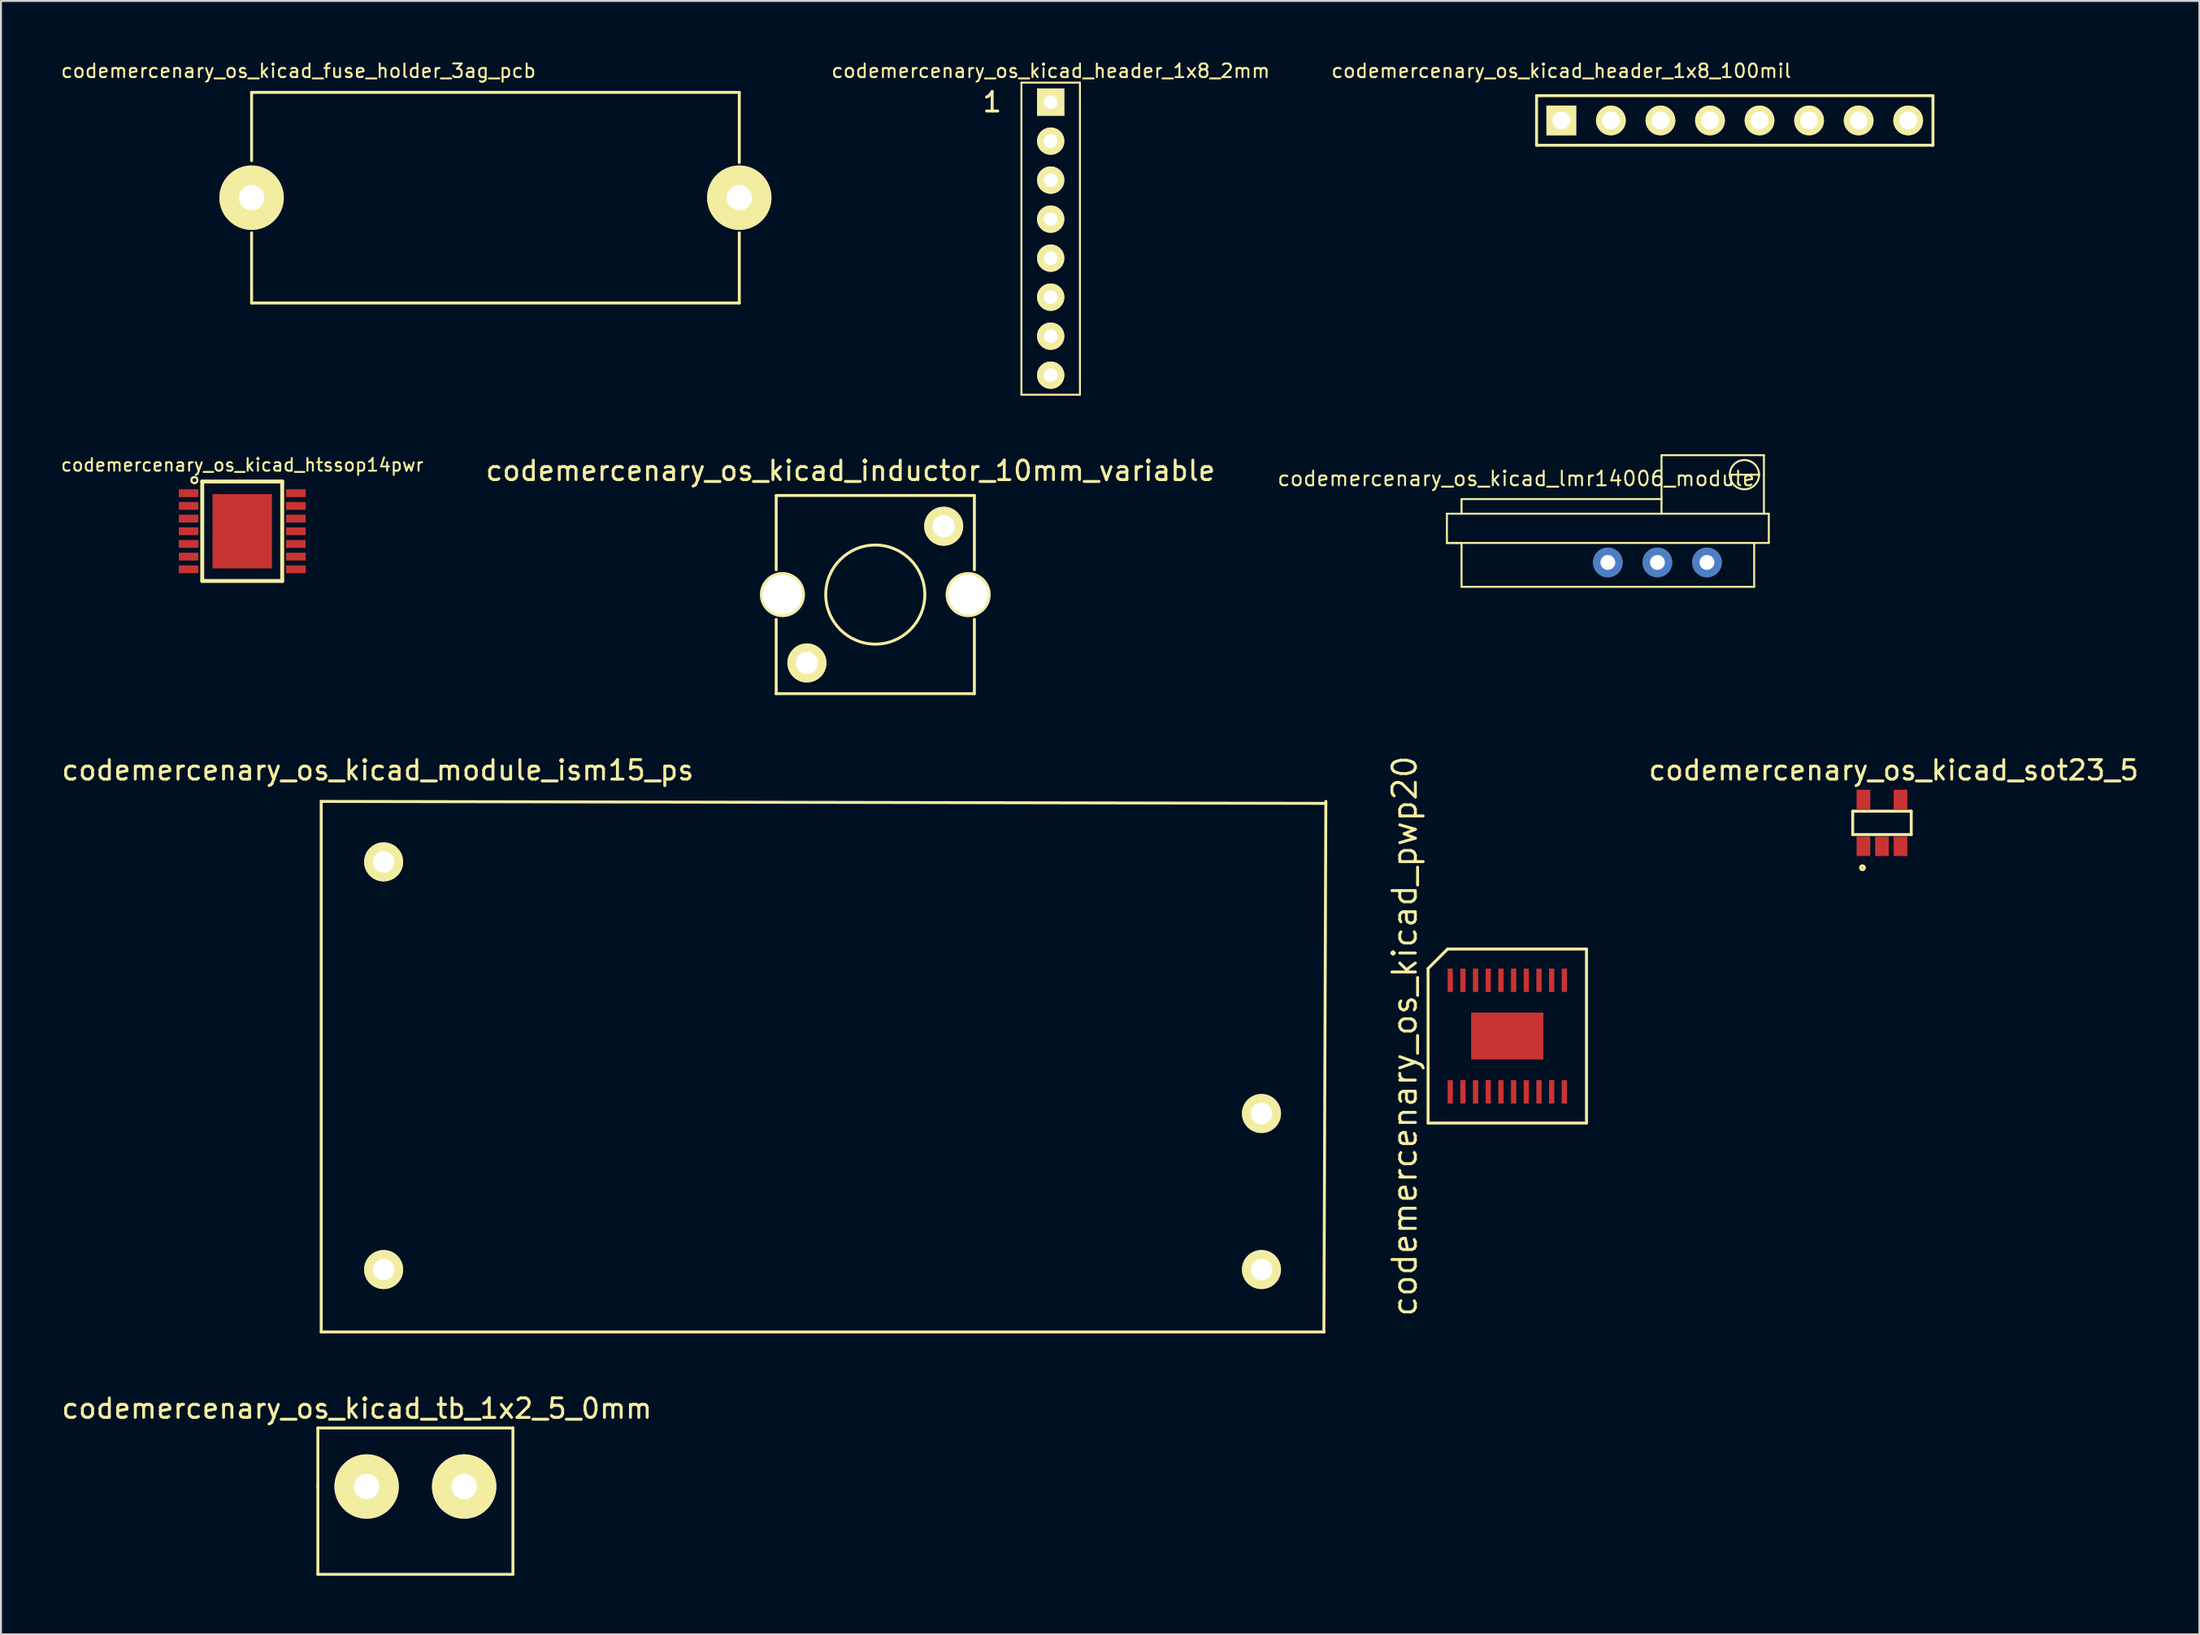
<source format=kicad_pcb>
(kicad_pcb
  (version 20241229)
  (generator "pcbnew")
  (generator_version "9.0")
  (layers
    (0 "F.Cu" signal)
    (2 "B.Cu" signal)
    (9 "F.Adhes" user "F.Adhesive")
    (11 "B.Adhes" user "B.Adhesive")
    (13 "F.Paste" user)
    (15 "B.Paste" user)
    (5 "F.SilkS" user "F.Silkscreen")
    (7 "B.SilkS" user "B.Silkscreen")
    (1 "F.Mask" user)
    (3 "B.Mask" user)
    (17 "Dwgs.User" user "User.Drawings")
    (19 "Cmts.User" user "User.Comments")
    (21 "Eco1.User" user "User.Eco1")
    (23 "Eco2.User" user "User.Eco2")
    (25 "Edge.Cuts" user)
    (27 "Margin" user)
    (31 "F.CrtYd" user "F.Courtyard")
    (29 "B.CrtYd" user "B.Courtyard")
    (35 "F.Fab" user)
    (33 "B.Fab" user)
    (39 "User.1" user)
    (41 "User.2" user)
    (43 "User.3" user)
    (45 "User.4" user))
  (footprint "codemercenary_os_kicad_tb_1x2_5_0mm"
    (layer "F.Cu")
    (at 15.744 73.16)
    (property "Reference" "codemercenary_os_kicad_tb_1x2_5_0mm" (at -0.5 -4 0) (layer "F.SilkS") (effects (font (size 1 1) (thickness 0.15))))
    (attr through_hole)
    (fp_line (start -2.5 -3) (end -2.5 0) (stroke (width 0.15) (type solid)) (layer "F.SilkS"))
    (fp_line (start -2.5 0) (end -2.5 4.5) (stroke (width 0.15) (type solid)) (layer "F.SilkS"))
    (fp_line (start -2.5 4.5) (end 7.5 4.5) (stroke (width 0.15) (type solid)) (layer "F.SilkS"))
    (fp_line (start 7.5 -3) (end -2.5 -3) (stroke (width 0.15) (type solid)) (layer "F.SilkS"))
    (fp_line (start 7.5 4.5) (end 7.5 -3) (stroke (width 0.15) (type solid)) (layer "F.SilkS"))
    (pad "1" thru_hole circle (at 0 0) (size 3.3 3.3) (drill 1.3) (layers "*.Cu" "*.Mask" "F.SilkS"))
    (pad "2" thru_hole circle (at 5 0) (size 3.3 3.3) (drill 1.3) (layers "*.Cu" "*.Mask" "F.SilkS")))
  (footprint "codemercenary_os_kicad_htssop14pwr"
    (layer "F.Cu")
    (at 9.367 24.186)
    (property "Reference" "codemercenary_os_kicad_htssop14pwr" (at 0 -3.4 0) (layer "F.SilkS") (effects (font (size 0.65 0.65) (thickness 0.098))))
    (attr smd)
    (fp_line (start -2.05 -2.55) (end 2.05 -2.55) (stroke (width 0.2) (type solid)) (layer "F.SilkS"))
    (fp_line (start -2.05 2.55) (end -2.05 -2.55) (stroke (width 0.2) (type solid)) (layer "F.SilkS"))
    (fp_line (start 2.05 -2.55) (end 2.05 2.55) (stroke (width 0.2) (type solid)) (layer "F.SilkS"))
    (fp_line (start 2.05 2.55) (end -2.05 2.55) (stroke (width 0.2) (type solid)) (layer "F.SilkS"))
    (fp_text user "○" (at -2.45 -2.65 0) (layer "F.SilkS") (effects (font (size 0.4 0.4) (thickness 0.1))))
    (pad "1" smd rect (at -2.75 -1.95) (size 1 0.4) (layers "F.Cu" "F.Mask" "F.Paste"))
    (pad "2" smd rect (at -2.75 -1.3) (size 1 0.4) (layers "F.Cu" "F.Mask" "F.Paste"))
    (pad "3" smd rect (at -2.75 -0.65) (size 1 0.4) (layers "F.Cu" "F.Mask" "F.Paste"))
    (pad "4" smd rect (at -2.75 0) (size 1 0.4) (layers "F.Cu" "F.Mask" "F.Paste"))
    (pad "5" smd rect (at -2.75 0.65) (size 1 0.4) (layers "F.Cu" "F.Mask" "F.Paste"))
    (pad "6" smd rect (at -2.75 1.3) (size 1 0.4) (layers "F.Cu" "F.Mask" "F.Paste"))
    (pad "7" smd rect (at -2.75 1.95) (size 1 0.4) (layers "F.Cu" "F.Mask" "F.Paste"))
    (pad "8" smd rect (at 2.75 1.95) (size 1 0.4) (layers "F.Cu" "F.Mask" "F.Paste"))
    (pad "9" smd rect (at 2.75 1.3) (size 1 0.4) (layers "F.Cu" "F.Mask" "F.Paste"))
    (pad "10" smd rect (at 2.75 0.65) (size 1 0.4) (layers "F.Cu" "F.Mask" "F.Paste"))
    (pad "11" smd rect (at 2.75 0) (size 1 0.4) (layers "F.Cu" "F.Mask" "F.Paste"))
    (pad "12" smd rect (at 2.75 -0.65) (size 1 0.4) (layers "F.Cu" "F.Mask" "F.Paste"))
    (pad "13" smd rect (at 2.75 -1.3) (size 1 0.4) (layers "F.Cu" "F.Mask" "F.Paste"))
    (pad "14" smd rect (at 2.75 -1.95) (size 1 0.4) (layers "F.Cu" "F.Mask" "F.Paste"))
    (pad "15" smd rect (at 0 0) (size 3.048 3.81) (layers "F.Cu" "F.Mask" "F.Paste")))
  (footprint "codemercenary_os_kicad_header_1x8_100mil"
    (layer "F.Cu")
    (at 76.987 3.125)
    (property "Reference" "codemercenary_os_kicad_header_1x8_100mil" (at 0 -2.54 0) (layer "F.SilkS") (effects (font (size 0.7 0.7) (thickness 0.1))))
    (attr through_hole)
    (fp_line (start -1.27 1.27) (end -1.27 -1.27) (stroke (width 0.15) (type solid)) (layer "F.SilkS"))
    (fp_line (start -1.27 1.27) (end 19.05 1.27) (stroke (width 0.15) (type solid)) (layer "F.SilkS"))
    (fp_line (start 19.05 -1.27) (end -1.27 -1.27) (stroke (width 0.15) (type solid)) (layer "F.SilkS"))
    (fp_line (start 19.05 -1.27) (end 19.05 1.27) (stroke (width 0.15) (type solid)) (layer "F.SilkS"))
    (pad "1" thru_hole rect (at 0 0) (size 1.524 1.524) (drill 0.914) (layers "*.Cu" "*.Mask" "F.SilkS"))
    (pad "2" thru_hole circle (at 2.54 0) (size 1.524 1.524) (drill 0.914) (layers "*.Cu" "*.Mask" "F.SilkS"))
    (pad "3" thru_hole circle (at 5.08 0) (size 1.524 1.524) (drill 0.914) (layers "*.Cu" "*.Mask" "F.SilkS"))
    (pad "4" thru_hole circle (at 7.62 0) (size 1.524 1.524) (drill 0.914) (layers "*.Cu" "*.Mask" "F.SilkS"))
    (pad "5" thru_hole circle (at 10.16 0) (size 1.524 1.524) (drill 0.914) (layers "*.Cu" "*.Mask" "F.SilkS"))
    (pad "6" thru_hole circle (at 12.7 0) (size 1.524 1.524) (drill 0.914) (layers "*.Cu" "*.Mask" "F.SilkS"))
    (pad "7" thru_hole circle (at 15.24 0) (size 1.524 1.524) (drill 0.914) (layers "*.Cu" "*.Mask" "F.SilkS"))
    (pad "8" thru_hole circle (at 17.78 0) (size 1.524 1.524) (drill 0.914) (layers "*.Cu" "*.Mask" "F.SilkS")))
  (footprint "codemercenary_os_kicad_module_ism15_ps"
    (layer "F.Cu")
    (at 16.615 41.236)
    (property "Reference" "codemercenary_os_kicad_module_ism15_ps" (at -0.3 -4.8 0) (layer "F.SilkS") (effects (font (size 1 1) (thickness 0.15))))
    (attr through_hole)
    (fp_line (start -3.2 -3.2) (end -3.2 24) (stroke (width 0.15) (type solid)) (layer "F.SilkS"))
    (fp_line (start -3.2 -3.2) (end 48.3 -3.1) (stroke (width 0.15) (type solid)) (layer "F.SilkS"))
    (fp_line (start -3.2 24) (end 48.2 24) (stroke (width 0.15) (type solid)) (layer "F.SilkS"))
    (fp_line (start 48.2 24) (end 48.3 -3.2) (stroke (width 0.15) (type solid)) (layer "F.SilkS"))
    (pad "1" thru_hole circle (at 0 20.8) (size 2 2) (drill 1.1) (layers "*.Cu" "*.Mask" "F.SilkS"))
    (pad "2" thru_hole circle (at 0 -0.1) (size 2 2) (drill 1.1) (layers "*.Cu" "*.Mask" "F.SilkS"))
    (pad "3" thru_hole circle (at 45 20.8) (size 2 2) (drill 1.1) (layers "*.Cu" "*.Mask" "F.SilkS"))
    (pad "4" thru_hole circle (at 45 12.8) (size 2 2) (drill 1.1) (layers "*.Cu" "*.Mask" "F.SilkS")))
  (footprint "codemercenary_os_kicad_sot23_5"
    (layer "F.Cu")
    (at 93.423 37.937)
    (property "Reference" "codemercenary_os_kicad_sot23_5" (at 0.6 -1.5 0) (layer "F.SilkS") (effects (font (size 1 1) (thickness 0.15))))
    (attr through_hole)
    (fp_line (start -1.5 0.6) (end 1.5 0.6) (stroke (width 0.15) (type solid)) (layer "F.SilkS"))
    (fp_line (start -1.5 1.8) (end -1.5 0.6) (stroke (width 0.15) (type solid)) (layer "F.SilkS"))
    (fp_line (start 1.5 0.6) (end 1.5 1.8) (stroke (width 0.15) (type solid)) (layer "F.SilkS"))
    (fp_line (start 1.5 1.8) (end -1.5 1.8) (stroke (width 0.15) (type solid)) (layer "F.SilkS"))
    (fp_circle (center -1 3.5) (end -0.9 3.5) (stroke (width 0.15) (type solid)) (fill no) (layer "F.SilkS"))
    (pad "1" smd rect (at -0.95 2.4) (size 0.7 1) (layers "F.Cu" "F.Mask" "F.Paste"))
    (pad "2" smd rect (at 0 2.4) (size 0.7 1) (layers "F.Cu" "F.Mask" "F.Paste"))
    (pad "3" smd rect (at 0.95 2.4) (size 0.7 1) (layers "F.Cu" "F.Mask" "F.Paste"))
    (pad "4" smd rect (at 0.95 0) (size 0.7 1) (layers "F.Cu" "F.Mask" "F.Paste"))
    (pad "6" smd rect (at -0.95 0) (size 0.7 1) (layers "F.Cu" "F.Mask" "F.Paste")))
  (footprint "codemercenary_os_kicad_inductor_10mm_variable"
    (layer "F.Cu")
    (at 41.819 27.433)
    (property "Reference" "codemercenary_os_kicad_inductor_10mm_variable" (at -1.27 -6.35 0) (layer "F.SilkS") (effects (font (size 1 1) (thickness 0.15))))
    (attr through_hole)
    (fp_line (start -5.08 -5.08) (end 5.08 -5.08) (stroke (width 0.15) (type solid)) (layer "F.SilkS"))
    (fp_line (start -5.08 -1.27) (end -5.08 -5.08) (stroke (width 0.15) (type solid)) (layer "F.SilkS"))
    (fp_line (start -5.08 5.08) (end -5.08 1.27) (stroke (width 0.15) (type solid)) (layer "F.SilkS"))
    (fp_line (start 5.08 -5.08) (end 5.08 -1.27) (stroke (width 0.15) (type solid)) (layer "F.SilkS"))
    (fp_line (start 5.08 1.27) (end 5.08 5.08) (stroke (width 0.15) (type solid)) (layer "F.SilkS"))
    (fp_line (start 5.08 5.08) (end -5.08 5.08) (stroke (width 0.15) (type solid)) (layer "F.SilkS"))
    (fp_circle (center 0 0) (end 2.54 0) (stroke (width 0.15) (type solid)) (fill no) (layer "F.SilkS"))
    (pad "" thru_hole circle (at -4.76 0) (size 2.3 2.3) (drill 2.03) (layers "*.Cu" "*.Mask" "F.SilkS"))
    (pad "" thru_hole circle (at 4.76 0) (size 2.3 2.3) (drill 2.03) (layers "*.Cu" "*.Mask" "F.SilkS"))
    (pad "1" thru_hole circle (at 3.505 -3.505) (size 2 2) (drill 1.143) (layers "*.Cu" "*.Mask" "F.SilkS"))
    (pad "3" thru_hole circle (at -3.505 3.505) (size 2 2) (drill 1.143) (layers "*.Cu" "*.Mask" "F.SilkS")))
  (footprint "codemercenary_os_kicad_header_1x8_2mm"
    (layer "F.Cu")
    (at 50.81 2.185)
    (property "Reference" "codemercenary_os_kicad_header_1x8_2mm" (at 0 -1.6 0) (layer "F.SilkS") (effects (font (size 0.7 0.7) (thickness 0.1))))
    (attr through_hole)
    (fp_line (start -1.5 15) (end -1.5 -1) (stroke (width 0.1) (type solid)) (layer "F.SilkS"))
    (fp_line (start -1.5 15) (end 1.5 15) (stroke (width 0.1) (type solid)) (layer "F.SilkS"))
    (fp_line (start 1.5 -1) (end -1.5 -1) (stroke (width 0.1) (type solid)) (layer "F.SilkS"))
    (fp_line (start 1.5 -1) (end 1.5 15) (stroke (width 0.1) (type solid)) (layer "F.SilkS"))
    (fp_text user "1" (at -3 0 0) (layer "F.SilkS") (effects (font (size 1 1) (thickness 0.15))))
    (pad "1" thru_hole rect (at 0 0) (size 1.4 1.4) (drill 0.7) (layers "*.Cu" "*.Mask" "F.SilkS"))
    (pad "2" thru_hole circle (at 0 2) (size 1.4 1.4) (drill 0.7) (layers "*.Cu" "*.Mask" "F.SilkS"))
    (pad "3" thru_hole circle (at 0 4) (size 1.4 1.4) (drill 0.7) (layers "*.Cu" "*.Mask" "F.SilkS"))
    (pad "4" thru_hole circle (at 0 6) (size 1.4 1.4) (drill 0.7) (layers "*.Cu" "*.Mask" "F.SilkS"))
    (pad "5" thru_hole circle (at 0 8) (size 1.4 1.4) (drill 0.7) (layers "*.Cu" "*.Mask" "F.SilkS"))
    (pad "6" thru_hole circle (at 0 10) (size 1.4 1.4) (drill 0.7) (layers "*.Cu" "*.Mask" "F.SilkS"))
    (pad "7" thru_hole circle (at 0 12) (size 1.4 1.4) (drill 0.7) (layers "*.Cu" "*.Mask" "F.SilkS"))
    (pad "8" thru_hole circle (at 0 14) (size 1.4 1.4) (drill 0.7) (layers "*.Cu" "*.Mask" "F.SilkS")))
  (footprint "codemercenary_os_kicad_lmr14006_module"
    (layer "F.Cu")
    (at 79.372 25.785)
    (property "Reference" "codemercenary_os_kicad_lmr14006_module" (at -4.7 -4.3 0) (layer "F.SilkS") (effects (font (size 0.75 0.75) (thickness 0.1))))
    (attr through_hole)
    (fp_line (start -8.25 -2.5) (end -8.25 -1) (stroke (width 0.1) (type solid)) (layer "F.SilkS"))
    (fp_line (start -8.25 -1) (end -7.75 -1) (stroke (width 0.1) (type solid)) (layer "F.SilkS"))
    (fp_line (start -8.25 -1) (end 8.25 -1) (stroke (width 0.1) (type solid)) (layer "F.SilkS"))
    (fp_line (start -7.75 -1) (end -7.5 -1) (stroke (width 0.1) (type solid)) (layer "F.SilkS"))
    (fp_line (start -7.5 -3.25) (end -7.5 -2.5) (stroke (width 0.1) (type solid)) (layer "F.SilkS"))
    (fp_line (start -7.5 -1) (end -7.5 1.25) (stroke (width 0.1) (type solid)) (layer "F.SilkS"))
    (fp_line (start -7.5 1.25) (end 7.5 1.25) (stroke (width 0.1) (type solid)) (layer "F.SilkS"))
    (fp_line (start 2.75 -5.5) (end 2.75 -2.5) (stroke (width 0.1) (type solid)) (layer "F.SilkS"))
    (fp_line (start 2.75 -3.25) (end -7.5 -3.25) (stroke (width 0.1) (type solid)) (layer "F.SilkS"))
    (fp_line (start 6.25 -4.5) (end 7.75 -4.5) (stroke (width 0.1) (type solid)) (layer "F.SilkS"))
    (fp_line (start 7.5 1.25) (end 7.5 -1) (stroke (width 0.1) (type solid)) (layer "F.SilkS"))
    (fp_line (start 8 -5.5) (end 2.75 -5.5) (stroke (width 0.1) (type solid)) (layer "F.SilkS"))
    (fp_line (start 8 -2.5) (end 8 -5.5) (stroke (width 0.1) (type solid)) (layer "F.SilkS"))
    (fp_line (start 8.25 -2.5) (end -8.25 -2.5) (stroke (width 0.1) (type solid)) (layer "F.SilkS"))
    (fp_line (start 8.25 -1) (end 8.25 -2.5) (stroke (width 0.1) (type solid)) (layer "F.SilkS"))
    (fp_circle (center 7 -4.5) (end 7.75 -4.5) (stroke (width 0.1) (type solid)) (fill no) (layer "F.SilkS"))
    (pad "1" thru_hole circle (at 0 0) (size 1.524 1.524) (drill 0.762) (layers "*.Cu" "*.Mask"))
    (pad "2" thru_hole circle (at 2.54 0) (size 1.524 1.524) (drill 0.762) (layers "*.Cu" "*.Mask"))
    (pad "3" thru_hole circle (at 5.08 0) (size 1.524 1.524) (drill 0.762) (layers "*.Cu" "*.Mask")))
  (footprint "codemercenary_os_kicad_pwp20"
    (layer "F.Cu")
    (at 74.216 50.065)
    (property "Reference" "codemercenary_os_kicad_pwp20" (at -5.26 0 90) (layer "F.SilkS") (effects (font (size 1.2 1.2) (thickness 0.15))))
    (attr through_hole)
    (fp_line (start -4.06 -3.46) (end -4.06 4.46) (stroke (width 0.15) (type solid)) (layer "F.SilkS"))
    (fp_line (start -4.06 4.46) (end 4.06 4.46) (stroke (width 0.15) (type solid)) (layer "F.SilkS"))
    (fp_line (start -3.06 -4.46) (end -4.06 -3.46) (stroke (width 0.15) (type solid)) (layer "F.SilkS"))
    (fp_line (start 4.06 -4.46) (end -3.06 -4.46) (stroke (width 0.15) (type solid)) (layer "F.SilkS"))
    (fp_line (start 4.06 4.46) (end 4.06 -4.46) (stroke (width 0.15) (type solid)) (layer "F.SilkS"))
    (pad "1" smd rect (at -2.925 2.86) (size 0.27 1.2) (layers "F.Cu" "F.Mask" "F.Paste"))
    (pad "2" smd rect (at -2.275 2.86) (size 0.27 1.2) (layers "F.Cu" "F.Mask" "F.Paste"))
    (pad "3" smd rect (at -1.625 2.86) (size 0.27 1.2) (layers "F.Cu" "F.Mask" "F.Paste"))
    (pad "4" smd rect (at -0.975 2.86) (size 0.27 1.2) (layers "F.Cu" "F.Mask" "F.Paste"))
    (pad "5" smd rect (at -0.325 2.86) (size 0.27 1.2) (layers "F.Cu" "F.Mask" "F.Paste"))
    (pad "6" smd rect (at 0.325 2.86) (size 0.27 1.2) (layers "F.Cu" "F.Mask" "F.Paste"))
    (pad "7" smd rect (at 0.975 2.86) (size 0.27 1.2) (layers "F.Cu" "F.Mask" "F.Paste"))
    (pad "8" smd rect (at 1.625 2.86) (size 0.27 1.2) (layers "F.Cu" "F.Mask" "F.Paste"))
    (pad "9" smd rect (at 2.275 2.86) (size 0.27 1.2) (layers "F.Cu" "F.Mask" "F.Paste"))
    (pad "10" smd rect (at 2.925 2.86) (size 0.27 1.2) (layers "F.Cu" "F.Mask" "F.Paste"))
    (pad "11" smd rect (at 2.925 -2.86) (size 0.27 1.2) (layers "F.Cu" "F.Mask" "F.Paste"))
    (pad "12" smd rect (at 2.275 -2.86) (size 0.27 1.2) (layers "F.Cu" "F.Mask" "F.Paste"))
    (pad "13" smd rect (at 1.625 -2.86) (size 0.27 1.2) (layers "F.Cu" "F.Mask" "F.Paste"))
    (pad "14" smd rect (at 0.975 -2.86) (size 0.27 1.2) (layers "F.Cu" "F.Mask" "F.Paste"))
    (pad "15" smd rect (at 0.325 -2.86) (size 0.27 1.2) (layers "F.Cu" "F.Mask" "F.Paste"))
    (pad "16" smd rect (at -0.325 -2.86) (size 0.27 1.2) (layers "F.Cu" "F.Mask" "F.Paste"))
    (pad "17" smd rect (at -0.975 -2.86) (size 0.27 1.2) (layers "F.Cu" "F.Mask" "F.Paste"))
    (pad "18" smd rect (at -1.625 -2.86) (size 0.27 1.2) (layers "F.Cu" "F.Mask" "F.Paste"))
    (pad "19" smd rect (at -2.275 -2.86) (size 0.27 1.2) (layers "F.Cu" "F.Mask" "F.Paste"))
    (pad "20" smd rect (at -2.925 -2.86) (size 0.27 1.2) (layers "F.Cu" "F.Mask" "F.Paste"))
    (pad "21" smd rect (at 0 0) (size 3.7 2.4) (layers "F.Cu" "F.Mask" "F.Paste")))
  (footprint "codemercenary_os_kicad_fuse_holder_3ag_pcb"
    (layer "F.Cu")
    (at 22.347 7.085)
    (property "Reference" "codemercenary_os_kicad_fuse_holder_3ag_pcb" (at -10.1 -6.5 0) (layer "F.SilkS") (effects (font (size 0.7 0.7) (thickness 0.1))))
    (attr through_hole)
    (fp_line (start -12.5 -5.4) (end 12.5 -5.4) (stroke (width 0.15) (type solid)) (layer "F.SilkS"))
    (fp_line (start -12.5 -1.9) (end -12.5 -5.4) (stroke (width 0.15) (type solid)) (layer "F.SilkS"))
    (fp_line (start -12.5 5.4) (end -12.5 1.8) (stroke (width 0.15) (type solid)) (layer "F.SilkS"))
    (fp_line (start 12.5 -5.4) (end 12.5 -1.8) (stroke (width 0.15) (type solid)) (layer "F.SilkS"))
    (fp_line (start 12.5 5.4) (end -12.5 5.4) (stroke (width 0.15) (type solid)) (layer "F.SilkS"))
    (fp_line (start 12.5 5.4) (end 12.5 1.8) (stroke (width 0.15) (type solid)) (layer "F.SilkS"))
    (pad "1" thru_hole circle (at -12.5 0) (size 3.3 3.3) (drill 1.3) (layers "*.Cu" "*.Mask" "F.SilkS"))
    (pad "2" thru_hole circle (at 12.5 0) (size 3.3 3.3) (drill 1.3) (layers "*.Cu" "*.Mask" "F.SilkS")))
  (gr_rect
    (start -3 -3)
    (end 109.696 80.735)
    (stroke (width 0.1) (type default))
    (fill no)
    (layer "Edge.Cuts")))
</source>
